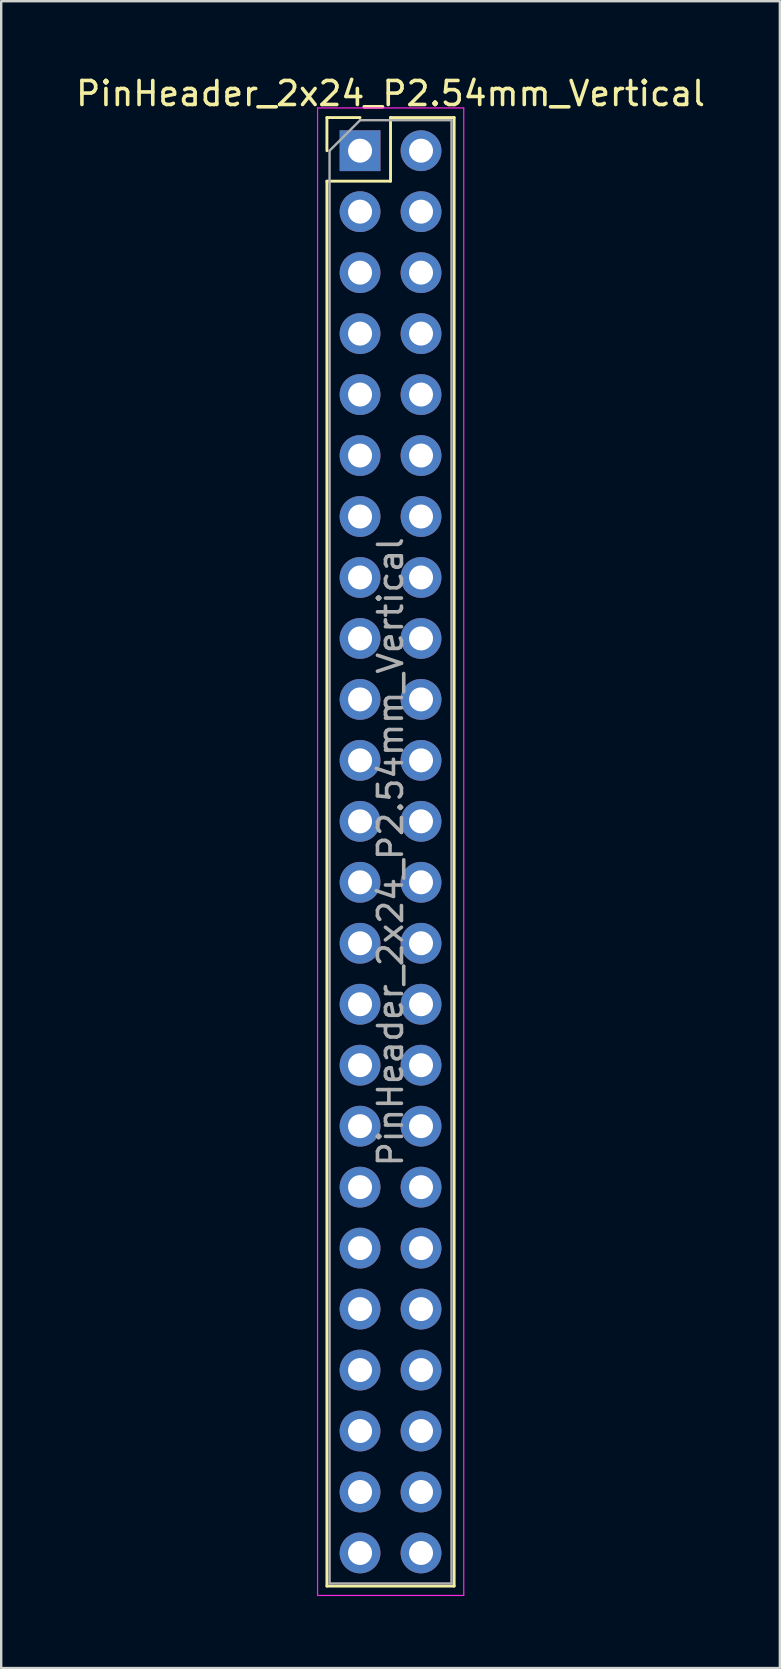
<source format=kicad_pcb>
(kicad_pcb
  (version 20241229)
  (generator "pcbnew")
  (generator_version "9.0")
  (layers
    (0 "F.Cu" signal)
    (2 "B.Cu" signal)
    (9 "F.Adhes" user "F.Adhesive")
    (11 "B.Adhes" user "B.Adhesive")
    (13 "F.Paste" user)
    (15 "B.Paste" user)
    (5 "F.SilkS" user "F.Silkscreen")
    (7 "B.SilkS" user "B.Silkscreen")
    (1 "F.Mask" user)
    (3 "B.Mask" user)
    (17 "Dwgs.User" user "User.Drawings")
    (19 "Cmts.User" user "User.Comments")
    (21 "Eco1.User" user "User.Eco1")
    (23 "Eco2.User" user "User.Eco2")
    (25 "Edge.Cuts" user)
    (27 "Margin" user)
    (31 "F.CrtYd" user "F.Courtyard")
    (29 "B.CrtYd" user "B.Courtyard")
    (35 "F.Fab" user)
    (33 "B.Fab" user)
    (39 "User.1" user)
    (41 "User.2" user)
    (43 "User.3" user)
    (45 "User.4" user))
  (footprint "PinHeader_2x24_P2.54mm_Vertical"
    (layer "F.Cu")
    (at 11.95 3.228)
    (property "Reference" "PinHeader_2x24_P2.54mm_Vertical" (at 1.27 -2.38 0) (layer "F.SilkS") (effects (font (size 1 1) (thickness 0.15))))
    (attr through_hole)
    (fp_line (start -1.38 -1.38) (end 0 -1.38) (stroke (width 0.12) (type solid)) (layer "F.SilkS"))
    (fp_line (start -1.38 0) (end -1.38 -1.38) (stroke (width 0.12) (type solid)) (layer "F.SilkS"))
    (fp_line (start -1.38 1.27) (end -1.38 59.8) (stroke (width 0.12) (type solid)) (layer "F.SilkS"))
    (fp_line (start -1.38 1.27) (end 1.27 1.27) (stroke (width 0.12) (type solid)) (layer "F.SilkS"))
    (fp_line (start -1.38 59.8) (end 3.92 59.8) (stroke (width 0.12) (type solid)) (layer "F.SilkS"))
    (fp_line (start 1.27 -1.38) (end 3.92 -1.38) (stroke (width 0.12) (type solid)) (layer "F.SilkS"))
    (fp_line (start 1.27 1.27) (end 1.27 -1.38) (stroke (width 0.12) (type solid)) (layer "F.SilkS"))
    (fp_line (start 3.92 -1.38) (end 3.92 59.8) (stroke (width 0.12) (type solid)) (layer "F.SilkS"))
    (fp_line (start -1.77 -1.78) (end -1.77 60.19) (stroke (width 0.05) (type solid)) (layer "F.CrtYd"))
    (fp_line (start -1.77 60.19) (end 4.32 60.19) (stroke (width 0.05) (type solid)) (layer "F.CrtYd"))
    (fp_line (start 4.32 -1.78) (end -1.77 -1.78) (stroke (width 0.05) (type solid)) (layer "F.CrtYd"))
    (fp_line (start 4.32 60.19) (end 4.32 -1.78) (stroke (width 0.05) (type solid)) (layer "F.CrtYd"))
    (fp_line (start -1.27 0) (end 0 -1.27) (stroke (width 0.1) (type solid)) (layer "F.Fab"))
    (fp_line (start -1.27 59.69) (end -1.27 0) (stroke (width 0.1) (type solid)) (layer "F.Fab"))
    (fp_line (start 0 -1.27) (end 3.81 -1.27) (stroke (width 0.1) (type solid)) (layer "F.Fab"))
    (fp_line (start 3.81 -1.27) (end 3.81 59.69) (stroke (width 0.1) (type solid)) (layer "F.Fab"))
    (fp_line (start 3.81 59.69) (end -1.27 59.69) (stroke (width 0.1) (type solid)) (layer "F.Fab"))
    (fp_text user "${REFERENCE}" (at 1.27 29.21 90) (layer "F.Fab") (effects (font (size 1 1) (thickness 0.15))))
    (pad "1" thru_hole rect (at 0 0) (size 1.7 1.7) (drill 1) (layers "*.Cu" "*.Mask"))
    (pad "2" thru_hole circle (at 2.54 0) (size 1.7 1.7) (drill 1) (layers "*.Cu" "*.Mask"))
    (pad "3" thru_hole circle (at 0 2.54) (size 1.7 1.7) (drill 1) (layers "*.Cu" "*.Mask"))
    (pad "4" thru_hole circle (at 2.54 2.54) (size 1.7 1.7) (drill 1) (layers "*.Cu" "*.Mask"))
    (pad "5" thru_hole circle (at 0 5.08) (size 1.7 1.7) (drill 1) (layers "*.Cu" "*.Mask"))
    (pad "6" thru_hole circle (at 2.54 5.08) (size 1.7 1.7) (drill 1) (layers "*.Cu" "*.Mask"))
    (pad "7" thru_hole circle (at 0 7.62) (size 1.7 1.7) (drill 1) (layers "*.Cu" "*.Mask"))
    (pad "8" thru_hole circle (at 2.54 7.62) (size 1.7 1.7) (drill 1) (layers "*.Cu" "*.Mask"))
    (pad "9" thru_hole circle (at 0 10.16) (size 1.7 1.7) (drill 1) (layers "*.Cu" "*.Mask"))
    (pad "10" thru_hole circle (at 2.54 10.16) (size 1.7 1.7) (drill 1) (layers "*.Cu" "*.Mask"))
    (pad "11" thru_hole circle (at 0 12.7) (size 1.7 1.7) (drill 1) (layers "*.Cu" "*.Mask"))
    (pad "12" thru_hole circle (at 2.54 12.7) (size 1.7 1.7) (drill 1) (layers "*.Cu" "*.Mask"))
    (pad "13" thru_hole circle (at 0 15.24) (size 1.7 1.7) (drill 1) (layers "*.Cu" "*.Mask"))
    (pad "14" thru_hole circle (at 2.54 15.24) (size 1.7 1.7) (drill 1) (layers "*.Cu" "*.Mask"))
    (pad "15" thru_hole circle (at 0 17.78) (size 1.7 1.7) (drill 1) (layers "*.Cu" "*.Mask"))
    (pad "16" thru_hole circle (at 2.54 17.78) (size 1.7 1.7) (drill 1) (layers "*.Cu" "*.Mask"))
    (pad "17" thru_hole circle (at 0 20.32) (size 1.7 1.7) (drill 1) (layers "*.Cu" "*.Mask"))
    (pad "18" thru_hole circle (at 2.54 20.32) (size 1.7 1.7) (drill 1) (layers "*.Cu" "*.Mask"))
    (pad "19" thru_hole circle (at 0 22.86) (size 1.7 1.7) (drill 1) (layers "*.Cu" "*.Mask"))
    (pad "20" thru_hole circle (at 2.54 22.86) (size 1.7 1.7) (drill 1) (layers "*.Cu" "*.Mask"))
    (pad "21" thru_hole circle (at 0 25.4) (size 1.7 1.7) (drill 1) (layers "*.Cu" "*.Mask"))
    (pad "22" thru_hole circle (at 2.54 25.4) (size 1.7 1.7) (drill 1) (layers "*.Cu" "*.Mask"))
    (pad "23" thru_hole circle (at 0 27.94) (size 1.7 1.7) (drill 1) (layers "*.Cu" "*.Mask"))
    (pad "24" thru_hole circle (at 2.54 27.94) (size 1.7 1.7) (drill 1) (layers "*.Cu" "*.Mask"))
    (pad "25" thru_hole circle (at 0 30.48) (size 1.7 1.7) (drill 1) (layers "*.Cu" "*.Mask"))
    (pad "26" thru_hole circle (at 2.54 30.48) (size 1.7 1.7) (drill 1) (layers "*.Cu" "*.Mask"))
    (pad "27" thru_hole circle (at 0 33.02) (size 1.7 1.7) (drill 1) (layers "*.Cu" "*.Mask"))
    (pad "28" thru_hole circle (at 2.54 33.02) (size 1.7 1.7) (drill 1) (layers "*.Cu" "*.Mask"))
    (pad "29" thru_hole circle (at 0 35.56) (size 1.7 1.7) (drill 1) (layers "*.Cu" "*.Mask"))
    (pad "30" thru_hole circle (at 2.54 35.56) (size 1.7 1.7) (drill 1) (layers "*.Cu" "*.Mask"))
    (pad "31" thru_hole circle (at 0 38.1) (size 1.7 1.7) (drill 1) (layers "*.Cu" "*.Mask"))
    (pad "32" thru_hole circle (at 2.54 38.1) (size 1.7 1.7) (drill 1) (layers "*.Cu" "*.Mask"))
    (pad "33" thru_hole circle (at 0 40.64) (size 1.7 1.7) (drill 1) (layers "*.Cu" "*.Mask"))
    (pad "34" thru_hole circle (at 2.54 40.64) (size 1.7 1.7) (drill 1) (layers "*.Cu" "*.Mask"))
    (pad "35" thru_hole circle (at 0 43.18) (size 1.7 1.7) (drill 1) (layers "*.Cu" "*.Mask"))
    (pad "36" thru_hole circle (at 2.54 43.18) (size 1.7 1.7) (drill 1) (layers "*.Cu" "*.Mask"))
    (pad "37" thru_hole circle (at 0 45.72) (size 1.7 1.7) (drill 1) (layers "*.Cu" "*.Mask"))
    (pad "38" thru_hole circle (at 2.54 45.72) (size 1.7 1.7) (drill 1) (layers "*.Cu" "*.Mask"))
    (pad "39" thru_hole circle (at 0 48.26) (size 1.7 1.7) (drill 1) (layers "*.Cu" "*.Mask"))
    (pad "40" thru_hole circle (at 2.54 48.26) (size 1.7 1.7) (drill 1) (layers "*.Cu" "*.Mask"))
    (pad "41" thru_hole circle (at 0 50.8) (size 1.7 1.7) (drill 1) (layers "*.Cu" "*.Mask"))
    (pad "42" thru_hole circle (at 2.54 50.8) (size 1.7 1.7) (drill 1) (layers "*.Cu" "*.Mask"))
    (pad "43" thru_hole circle (at 0 53.34) (size 1.7 1.7) (drill 1) (layers "*.Cu" "*.Mask"))
    (pad "44" thru_hole circle (at 2.54 53.34) (size 1.7 1.7) (drill 1) (layers "*.Cu" "*.Mask"))
    (pad "45" thru_hole circle (at 0 55.88) (size 1.7 1.7) (drill 1) (layers "*.Cu" "*.Mask"))
    (pad "46" thru_hole circle (at 2.54 55.88) (size 1.7 1.7) (drill 1) (layers "*.Cu" "*.Mask"))
    (pad "47" thru_hole circle (at 0 58.42) (size 1.7 1.7) (drill 1) (layers "*.Cu" "*.Mask"))
    (pad "48" thru_hole circle (at 2.54 58.42) (size 1.7 1.7) (drill 1) (layers "*.Cu" "*.Mask")))
  (gr_rect
    (start -3 -3)
    (end 29.44 66.443)
    (stroke (width 0.1) (type default))
    (fill no)
    (layer "Edge.Cuts")))
</source>
